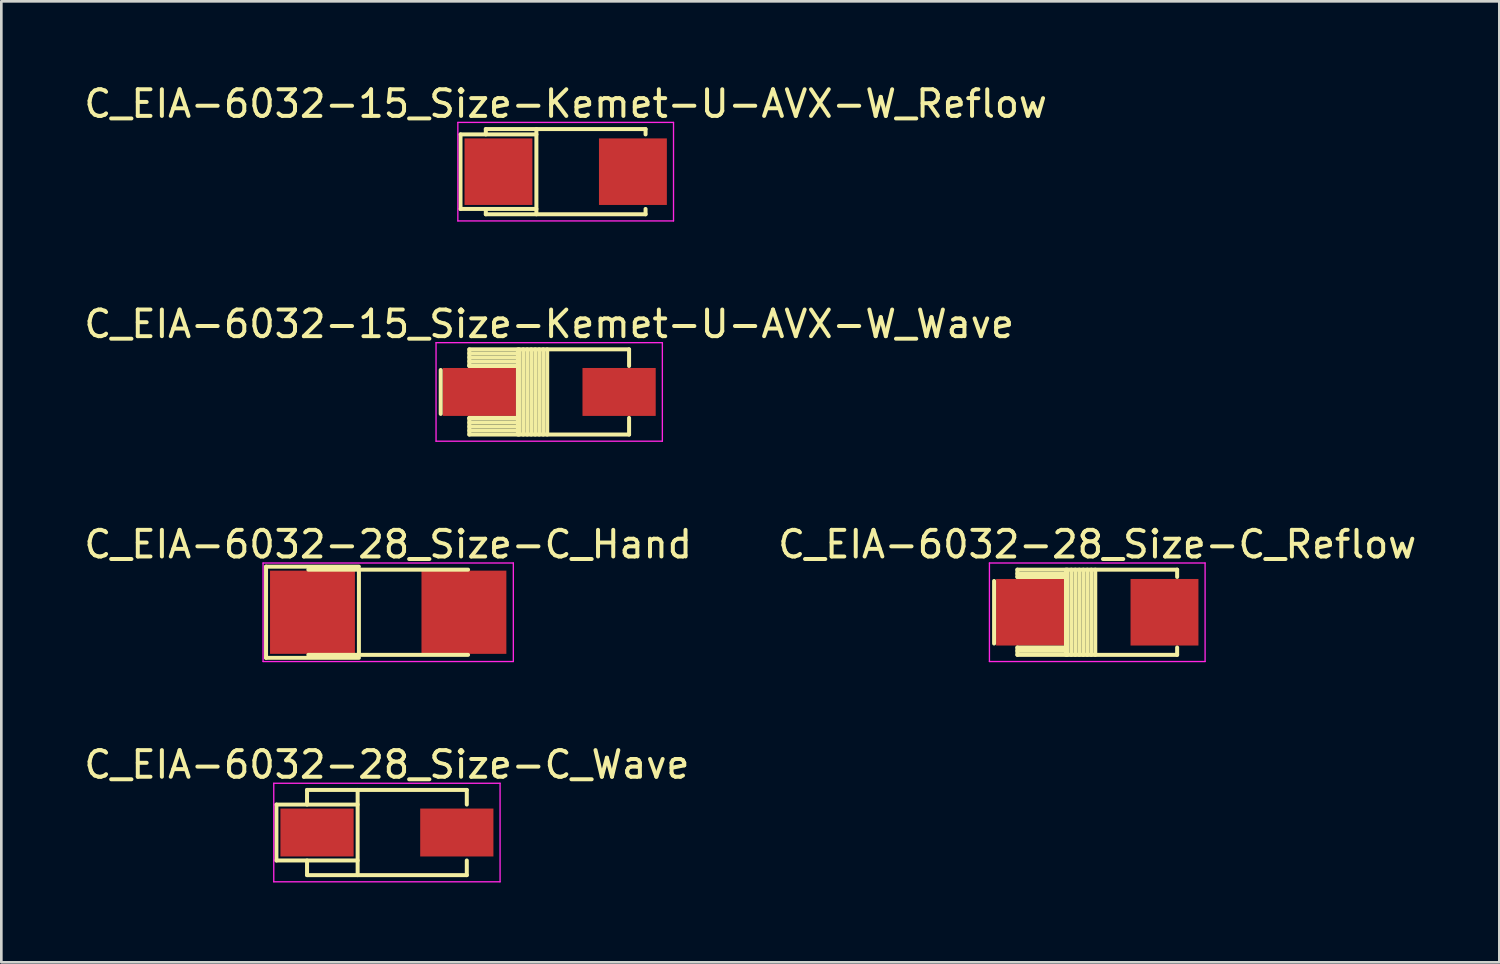
<source format=kicad_pcb>
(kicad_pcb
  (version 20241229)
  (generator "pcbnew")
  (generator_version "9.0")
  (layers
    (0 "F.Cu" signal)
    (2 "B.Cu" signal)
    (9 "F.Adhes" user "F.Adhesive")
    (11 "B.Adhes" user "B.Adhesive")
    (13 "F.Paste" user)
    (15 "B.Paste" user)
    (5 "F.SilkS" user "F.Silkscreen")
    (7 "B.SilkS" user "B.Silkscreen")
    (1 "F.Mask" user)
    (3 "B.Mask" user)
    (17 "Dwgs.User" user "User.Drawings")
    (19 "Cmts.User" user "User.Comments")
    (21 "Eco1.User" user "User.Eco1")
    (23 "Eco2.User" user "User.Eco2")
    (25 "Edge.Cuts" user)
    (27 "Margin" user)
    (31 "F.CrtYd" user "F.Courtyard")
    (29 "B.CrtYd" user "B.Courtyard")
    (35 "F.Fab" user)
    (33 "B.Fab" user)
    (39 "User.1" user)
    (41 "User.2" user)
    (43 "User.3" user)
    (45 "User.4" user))
  (footprint "C_EIA-6032-15_Size-Kemet-U-AVX-W_Reflow"
    (layer "F.Cu")
    (at 18.196 3.398)
    (property "Reference" "C_EIA-6032-15_Size-Kemet-U-AVX-W_Reflow" (at 0 -2.55 0) (layer "F.SilkS") (effects (font (size 1 1) (thickness 0.15))))
    (attr smd)
    (fp_line (start -3.95 -1.4) (end -1.1 -1.4) (stroke (width 0.15) (type solid)) (layer "F.SilkS"))
    (fp_line (start -3.95 1.4) (end -3.95 -1.4) (stroke (width 0.15) (type solid)) (layer "F.SilkS"))
    (fp_line (start -3.95 1.4) (end -1.1 1.4) (stroke (width 0.15) (type solid)) (layer "F.SilkS"))
    (fp_line (start -3 -1.6) (end -3 -1.4) (stroke (width 0.15) (type solid)) (layer "F.SilkS"))
    (fp_line (start -3 -1.6) (end 3 -1.6) (stroke (width 0.15) (type solid)) (layer "F.SilkS"))
    (fp_line (start -3 1.4) (end -3 1.6) (stroke (width 0.15) (type solid)) (layer "F.SilkS"))
    (fp_line (start -3 1.6) (end 3 1.6) (stroke (width 0.15) (type solid)) (layer "F.SilkS"))
    (fp_line (start -1.1 -1.6) (end -1.1 1.6) (stroke (width 0.15) (type solid)) (layer "F.SilkS"))
    (fp_line (start 3 -1.6) (end 3 -1.4) (stroke (width 0.15) (type solid)) (layer "F.SilkS"))
    (fp_line (start 3 1.4) (end 3 1.6) (stroke (width 0.15) (type solid)) (layer "F.SilkS"))
    (fp_line (start -4.05 -1.85) (end -4.05 1.85) (stroke (width 0.05) (type solid)) (layer "F.CrtYd"))
    (fp_line (start -4.05 -1.85) (end 4.05 -1.85) (stroke (width 0.05) (type solid)) (layer "F.CrtYd"))
    (fp_line (start -4.05 1.85) (end 4.05 1.85) (stroke (width 0.05) (type solid)) (layer "F.CrtYd"))
    (fp_line (start 4.05 -1.85) (end 4.05 1.85) (stroke (width 0.05) (type solid)) (layer "F.CrtYd"))
    (pad "1" smd rect (at -2.525 0) (size 2.55 2.5) (layers "F.Cu" "F.Mask" "F.Paste"))
    (pad "2" smd rect (at 2.525 0) (size 2.55 2.5) (layers "F.Cu" "F.Mask" "F.Paste")))
  (footprint "C_EIA-6032-28_Size-C_Wave"
    (layer "F.Cu")
    (at 11.482 28.218)
    (property "Reference" "C_EIA-6032-28_Size-C_Wave" (at 0 -2.55 0) (layer "F.SilkS") (effects (font (size 1 1) (thickness 0.15))))
    (attr smd)
    (fp_line (start -4.15 -1.05) (end -1.1 -1.05) (stroke (width 0.15) (type solid)) (layer "F.SilkS"))
    (fp_line (start -4.15 1.05) (end -4.15 -1.05) (stroke (width 0.15) (type solid)) (layer "F.SilkS"))
    (fp_line (start -4.15 1.05) (end -1.1 1.05) (stroke (width 0.15) (type solid)) (layer "F.SilkS"))
    (fp_line (start -3 -1.6) (end -3 -1.05) (stroke (width 0.15) (type solid)) (layer "F.SilkS"))
    (fp_line (start -3 -1.6) (end 3 -1.6) (stroke (width 0.15) (type solid)) (layer "F.SilkS"))
    (fp_line (start -3 1.05) (end -3 1.6) (stroke (width 0.15) (type solid)) (layer "F.SilkS"))
    (fp_line (start -3 1.6) (end 3 1.6) (stroke (width 0.15) (type solid)) (layer "F.SilkS"))
    (fp_line (start -1.1 -1.6) (end -1.1 1.6) (stroke (width 0.15) (type solid)) (layer "F.SilkS"))
    (fp_line (start 3 -1.6) (end 3 -1.05) (stroke (width 0.15) (type solid)) (layer "F.SilkS"))
    (fp_line (start 3 1.05) (end 3 1.6) (stroke (width 0.15) (type solid)) (layer "F.SilkS"))
    (fp_line (start -4.25 -1.85) (end -4.25 1.85) (stroke (width 0.05) (type solid)) (layer "F.CrtYd"))
    (fp_line (start -4.25 -1.85) (end 4.25 -1.85) (stroke (width 0.05) (type solid)) (layer "F.CrtYd"))
    (fp_line (start -4.25 1.85) (end 4.25 1.85) (stroke (width 0.05) (type solid)) (layer "F.CrtYd"))
    (fp_line (start 4.25 -1.85) (end 4.25 1.85) (stroke (width 0.05) (type solid)) (layer "F.CrtYd"))
    (pad "1" smd rect (at -2.625 0) (size 2.75 1.8) (layers "F.Cu" "F.Mask" "F.Paste"))
    (pad "2" smd rect (at 2.625 0) (size 2.75 1.8) (layers "F.Cu" "F.Mask" "F.Paste")))
  (footprint "C_EIA-6032-28_Size-C_Hand"
    (layer "F.Cu")
    (at 11.53 19.945)
    (property "Reference" "C_EIA-6032-28_Size-C_Hand" (at 0 -2.55 0) (layer "F.SilkS") (effects (font (size 1 1) (thickness 0.15))))
    (attr smd)
    (fp_line (start -4.588 -1.712) (end -1.1 -1.712) (stroke (width 0.15) (type solid)) (layer "F.SilkS"))
    (fp_line (start -4.588 1.712) (end -4.588 -1.712) (stroke (width 0.15) (type solid)) (layer "F.SilkS"))
    (fp_line (start -4.588 1.712) (end -1.1 1.712) (stroke (width 0.15) (type solid)) (layer "F.SilkS"))
    (fp_line (start -3 -1.6) (end 3 -1.6) (stroke (width 0.15) (type solid)) (layer "F.SilkS"))
    (fp_line (start -3 1.6) (end 3 1.6) (stroke (width 0.15) (type solid)) (layer "F.SilkS"))
    (fp_line (start -1.1 -1.6) (end -1.1 1.6) (stroke (width 0.15) (type solid)) (layer "F.SilkS"))
    (fp_line (start -4.7 -1.85) (end -4.7 1.85) (stroke (width 0.05) (type solid)) (layer "F.CrtYd"))
    (fp_line (start -4.7 -1.85) (end 4.7 -1.85) (stroke (width 0.05) (type solid)) (layer "F.CrtYd"))
    (fp_line (start -4.7 1.85) (end 4.7 1.85) (stroke (width 0.05) (type solid)) (layer "F.CrtYd"))
    (fp_line (start 4.7 -1.85) (end 4.7 1.85) (stroke (width 0.05) (type solid)) (layer "F.CrtYd"))
    (pad "1" smd rect (at -2.844 0) (size 3.188 3.125) (layers "F.Cu" "F.Mask" "F.Paste"))
    (pad "2" smd rect (at 2.844 0) (size 3.188 3.125) (layers "F.Cu" "F.Mask" "F.Paste")))
  (footprint "C_EIA-6032-15_Size-Kemet-U-AVX-W_Wave"
    (layer "F.Cu")
    (at 17.577 11.671)
    (property "Reference" "C_EIA-6032-15_Size-Kemet-U-AVX-W_Wave" (at 0 -2.55 0) (layer "F.SilkS") (effects (font (size 1 1) (thickness 0.15))))
    (attr smd)
    (fp_line (start -4.075 0.825) (end -4.075 -0.825) (stroke (width 0.15) (type solid)) (layer "F.SilkS"))
    (fp_line (start -3 -1.6) (end -3 -0.975) (stroke (width 0.15) (type solid)) (layer "F.SilkS"))
    (fp_line (start -3 -1.6) (end 3 -1.6) (stroke (width 0.15) (type solid)) (layer "F.SilkS"))
    (fp_line (start -3 -1.45) (end -1.25 -1.45) (stroke (width 0.15) (type solid)) (layer "F.SilkS"))
    (fp_line (start -3 -1.3) (end -1.25 -1.3) (stroke (width 0.15) (type solid)) (layer "F.SilkS"))
    (fp_line (start -3 -1.15) (end -1.25 -1.15) (stroke (width 0.15) (type solid)) (layer "F.SilkS"))
    (fp_line (start -3 -1) (end -1.25 -1) (stroke (width 0.15) (type solid)) (layer "F.SilkS"))
    (fp_line (start -3 -0.975) (end -1.25 -0.975) (stroke (width 0.15) (type solid)) (layer "F.SilkS"))
    (fp_line (start -3 0.975) (end -3 1.6) (stroke (width 0.15) (type solid)) (layer "F.SilkS"))
    (fp_line (start -3 0.975) (end -1.25 0.975) (stroke (width 0.15) (type solid)) (layer "F.SilkS"))
    (fp_line (start -3 1) (end -1.25 1) (stroke (width 0.15) (type solid)) (layer "F.SilkS"))
    (fp_line (start -3 1.15) (end -1.25 1.15) (stroke (width 0.15) (type solid)) (layer "F.SilkS"))
    (fp_line (start -3 1.3) (end -1.25 1.3) (stroke (width 0.15) (type solid)) (layer "F.SilkS"))
    (fp_line (start -3 1.45) (end -1.25 1.45) (stroke (width 0.15) (type solid)) (layer "F.SilkS"))
    (fp_line (start -3 1.6) (end 3 1.6) (stroke (width 0.15) (type solid)) (layer "F.SilkS"))
    (fp_line (start -1.175 -1.6) (end -1.175 1.6) (stroke (width 0.15) (type solid)) (layer "F.SilkS"))
    (fp_line (start -1.125 -1.6) (end -1.125 1.6) (stroke (width 0.15) (type solid)) (layer "F.SilkS"))
    (fp_line (start -0.975 -1.6) (end -0.975 1.6) (stroke (width 0.15) (type solid)) (layer "F.SilkS"))
    (fp_line (start -0.825 -1.6) (end -0.825 1.6) (stroke (width 0.15) (type solid)) (layer "F.SilkS"))
    (fp_line (start -0.675 -1.6) (end -0.675 1.6) (stroke (width 0.15) (type solid)) (layer "F.SilkS"))
    (fp_line (start -0.525 -1.6) (end -0.525 1.6) (stroke (width 0.15) (type solid)) (layer "F.SilkS"))
    (fp_line (start -0.375 -1.6) (end -0.375 1.6) (stroke (width 0.15) (type solid)) (layer "F.SilkS"))
    (fp_line (start -0.225 -1.6) (end -0.225 1.6) (stroke (width 0.15) (type solid)) (layer "F.SilkS"))
    (fp_line (start -0.075 -1.6) (end -0.075 1.6) (stroke (width 0.15) (type solid)) (layer "F.SilkS"))
    (fp_line (start 3 -1.6) (end 3 -0.975) (stroke (width 0.15) (type solid)) (layer "F.SilkS"))
    (fp_line (start 3 0.975) (end 3 1.6) (stroke (width 0.15) (type solid)) (layer "F.SilkS"))
    (fp_line (start -4.25 -1.85) (end -4.25 1.85) (stroke (width 0.05) (type solid)) (layer "F.CrtYd"))
    (fp_line (start -4.25 -1.85) (end 4.25 -1.85) (stroke (width 0.05) (type solid)) (layer "F.CrtYd"))
    (fp_line (start -4.25 1.85) (end 4.25 1.85) (stroke (width 0.05) (type solid)) (layer "F.CrtYd"))
    (fp_line (start 4.25 -1.85) (end 4.25 1.85) (stroke (width 0.05) (type solid)) (layer "F.CrtYd"))
    (pad "1" smd rect (at -2.625 0) (size 2.75 1.8) (layers "F.Cu" "F.Mask" "F.Paste"))
    (pad "2" smd rect (at 2.625 0) (size 2.75 1.8) (layers "F.Cu" "F.Mask" "F.Paste")))
  (footprint "C_EIA-6032-28_Size-C_Reflow"
    (layer "F.Cu")
    (at 38.161 19.945)
    (property "Reference" "C_EIA-6032-28_Size-C_Reflow" (at 0 -2.55 0) (layer "F.SilkS") (effects (font (size 1 1) (thickness 0.15))))
    (attr smd)
    (fp_line (start -3.875 1.175) (end -3.875 -1.175) (stroke (width 0.15) (type solid)) (layer "F.SilkS"))
    (fp_line (start -3 -1.6) (end -3 -1.325) (stroke (width 0.15) (type solid)) (layer "F.SilkS"))
    (fp_line (start -3 -1.6) (end 3 -1.6) (stroke (width 0.15) (type solid)) (layer "F.SilkS"))
    (fp_line (start -3 -1.45) (end -1.25 -1.45) (stroke (width 0.15) (type solid)) (layer "F.SilkS"))
    (fp_line (start -3 -1.325) (end -1.25 -1.325) (stroke (width 0.15) (type solid)) (layer "F.SilkS"))
    (fp_line (start -3 1.325) (end -3 1.6) (stroke (width 0.15) (type solid)) (layer "F.SilkS"))
    (fp_line (start -3 1.325) (end -1.25 1.325) (stroke (width 0.15) (type solid)) (layer "F.SilkS"))
    (fp_line (start -3 1.45) (end -1.25 1.45) (stroke (width 0.15) (type solid)) (layer "F.SilkS"))
    (fp_line (start -3 1.6) (end 3 1.6) (stroke (width 0.15) (type solid)) (layer "F.SilkS"))
    (fp_line (start -1.175 -1.6) (end -1.175 1.6) (stroke (width 0.15) (type solid)) (layer "F.SilkS"))
    (fp_line (start -1.125 -1.6) (end -1.125 1.6) (stroke (width 0.15) (type solid)) (layer "F.SilkS"))
    (fp_line (start -0.975 -1.6) (end -0.975 1.6) (stroke (width 0.15) (type solid)) (layer "F.SilkS"))
    (fp_line (start -0.825 -1.6) (end -0.825 1.6) (stroke (width 0.15) (type solid)) (layer "F.SilkS"))
    (fp_line (start -0.675 -1.6) (end -0.675 1.6) (stroke (width 0.15) (type solid)) (layer "F.SilkS"))
    (fp_line (start -0.525 -1.6) (end -0.525 1.6) (stroke (width 0.15) (type solid)) (layer "F.SilkS"))
    (fp_line (start -0.375 -1.6) (end -0.375 1.6) (stroke (width 0.15) (type solid)) (layer "F.SilkS"))
    (fp_line (start -0.225 -1.6) (end -0.225 1.6) (stroke (width 0.15) (type solid)) (layer "F.SilkS"))
    (fp_line (start -0.075 -1.6) (end -0.075 1.6) (stroke (width 0.15) (type solid)) (layer "F.SilkS"))
    (fp_line (start 3 -1.6) (end 3 -1.325) (stroke (width 0.15) (type solid)) (layer "F.SilkS"))
    (fp_line (start 3 1.325) (end 3 1.6) (stroke (width 0.15) (type solid)) (layer "F.SilkS"))
    (fp_line (start -4.05 -1.85) (end -4.05 1.85) (stroke (width 0.05) (type solid)) (layer "F.CrtYd"))
    (fp_line (start -4.05 -1.85) (end 4.05 -1.85) (stroke (width 0.05) (type solid)) (layer "F.CrtYd"))
    (fp_line (start -4.05 1.85) (end 4.05 1.85) (stroke (width 0.05) (type solid)) (layer "F.CrtYd"))
    (fp_line (start 4.05 -1.85) (end 4.05 1.85) (stroke (width 0.05) (type solid)) (layer "F.CrtYd"))
    (pad "1" smd rect (at -2.525 0) (size 2.55 2.5) (layers "F.Cu" "F.Mask" "F.Paste"))
    (pad "2" smd rect (at 2.525 0) (size 2.55 2.5) (layers "F.Cu" "F.Mask" "F.Paste")))
  (gr_rect
    (start -3 -3)
    (end 53.262 33.093)
    (stroke (width 0.1) (type default))
    (fill no)
    (layer "Edge.Cuts")))
</source>
